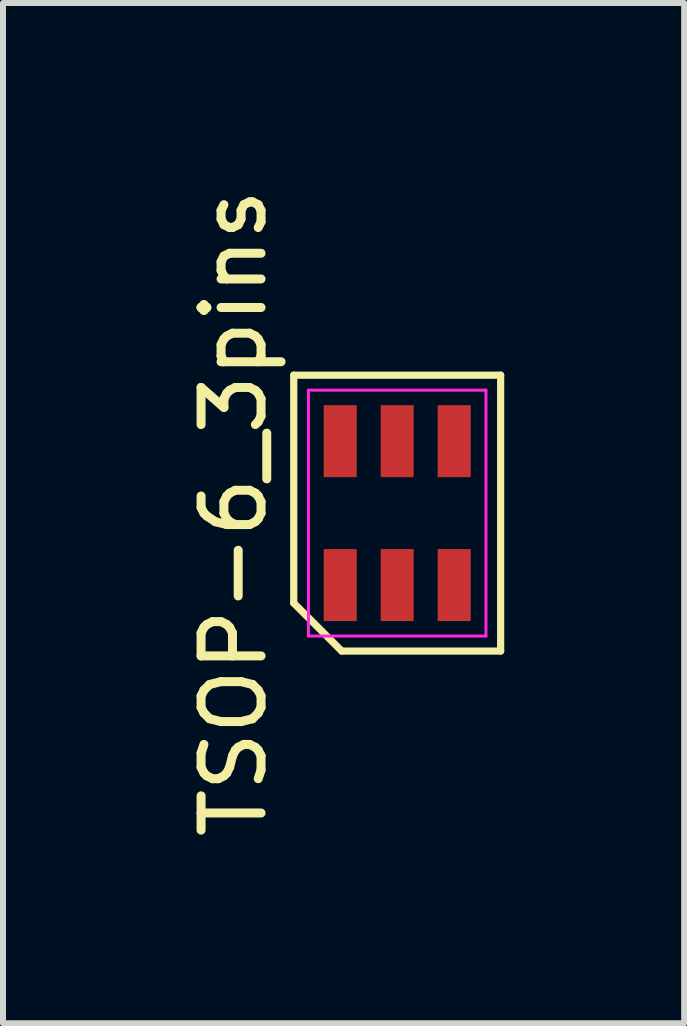
<source format=kicad_pcb>
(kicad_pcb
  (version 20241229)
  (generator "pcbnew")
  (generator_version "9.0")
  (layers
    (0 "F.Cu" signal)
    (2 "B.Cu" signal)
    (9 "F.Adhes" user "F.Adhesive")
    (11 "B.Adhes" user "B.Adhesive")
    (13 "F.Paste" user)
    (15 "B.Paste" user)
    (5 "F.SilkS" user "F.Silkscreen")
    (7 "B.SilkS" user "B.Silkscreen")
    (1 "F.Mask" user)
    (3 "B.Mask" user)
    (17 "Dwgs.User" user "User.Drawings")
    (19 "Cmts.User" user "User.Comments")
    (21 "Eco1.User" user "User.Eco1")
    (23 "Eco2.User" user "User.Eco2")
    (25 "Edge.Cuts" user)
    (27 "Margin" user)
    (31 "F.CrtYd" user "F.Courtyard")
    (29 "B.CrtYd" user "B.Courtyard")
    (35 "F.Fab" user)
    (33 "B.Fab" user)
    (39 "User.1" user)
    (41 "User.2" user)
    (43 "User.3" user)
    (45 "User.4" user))
  (footprint "TSOP-6_3pins"
    (layer "F.Cu")
    (at 3.573 5.506)
    (property "Reference" "TSOP-6_3pins" (at -2.725 0 90) (layer "F.SilkS") (effects (font (size 1 1) (thickness 0.15))))
    (attr smd)
    (fp_line (start -1.725 -2.3) (end 1.725 -2.3) (stroke (width 0.12) (type solid)) (layer "F.SilkS"))
    (fp_line (start -1.725 1.5) (end -1.725 -2.3) (stroke (width 0.12) (type solid)) (layer "F.SilkS"))
    (fp_line (start -0.925 2.3) (end -1.725 1.5) (stroke (width 0.12) (type solid)) (layer "F.SilkS"))
    (fp_line (start 1.725 -2.3) (end 1.725 2.3) (stroke (width 0.12) (type solid)) (layer "F.SilkS"))
    (fp_line (start 1.725 2.3) (end -0.925 2.3) (stroke (width 0.12) (type solid)) (layer "F.SilkS"))
    (fp_line (start -1.48 -2.05) (end 1.48 -2.05) (stroke (width 0.05) (type solid)) (layer "F.CrtYd"))
    (fp_line (start -1.48 2.05) (end -1.48 -2.05) (stroke (width 0.05) (type solid)) (layer "F.CrtYd"))
    (fp_line (start 1.48 -2.05) (end 1.48 2.05) (stroke (width 0.05) (type solid)) (layer "F.CrtYd"))
    (fp_line (start 1.48 2.05) (end -1.48 2.05) (stroke (width 0.05) (type solid)) (layer "F.CrtYd"))
    (pad "1" smd rect (at 0.95 1.2) (size 0.55 1.2) (layers "F.Cu" "F.Mask" "F.Paste"))
    (pad "2" smd rect (at 0.95 -1.2) (size 0.55 1.2) (layers "F.Cu" "F.Mask" "F.Paste"))
    (pad "3" smd rect (at -0.95 -1.2) (size 0.55 1.2) (layers "F.Cu" "F.Mask" "F.Paste"))
    (pad "3" smd rect (at -0.95 1.2) (size 0.55 1.2) (layers "F.Cu" "F.Mask" "F.Paste"))
    (pad "3" smd rect (at 0 -1.2) (size 0.55 1.2) (layers "F.Cu" "F.Mask" "F.Paste"))
    (pad "3" smd rect (at 0 1.2) (size 0.55 1.2) (layers "F.Cu" "F.Mask" "F.Paste")))
  (gr_rect
    (start -3 -3)
    (end 8.358 14.012)
    (stroke (width 0.1) (type default))
    (fill no)
    (layer "Edge.Cuts")))
</source>
